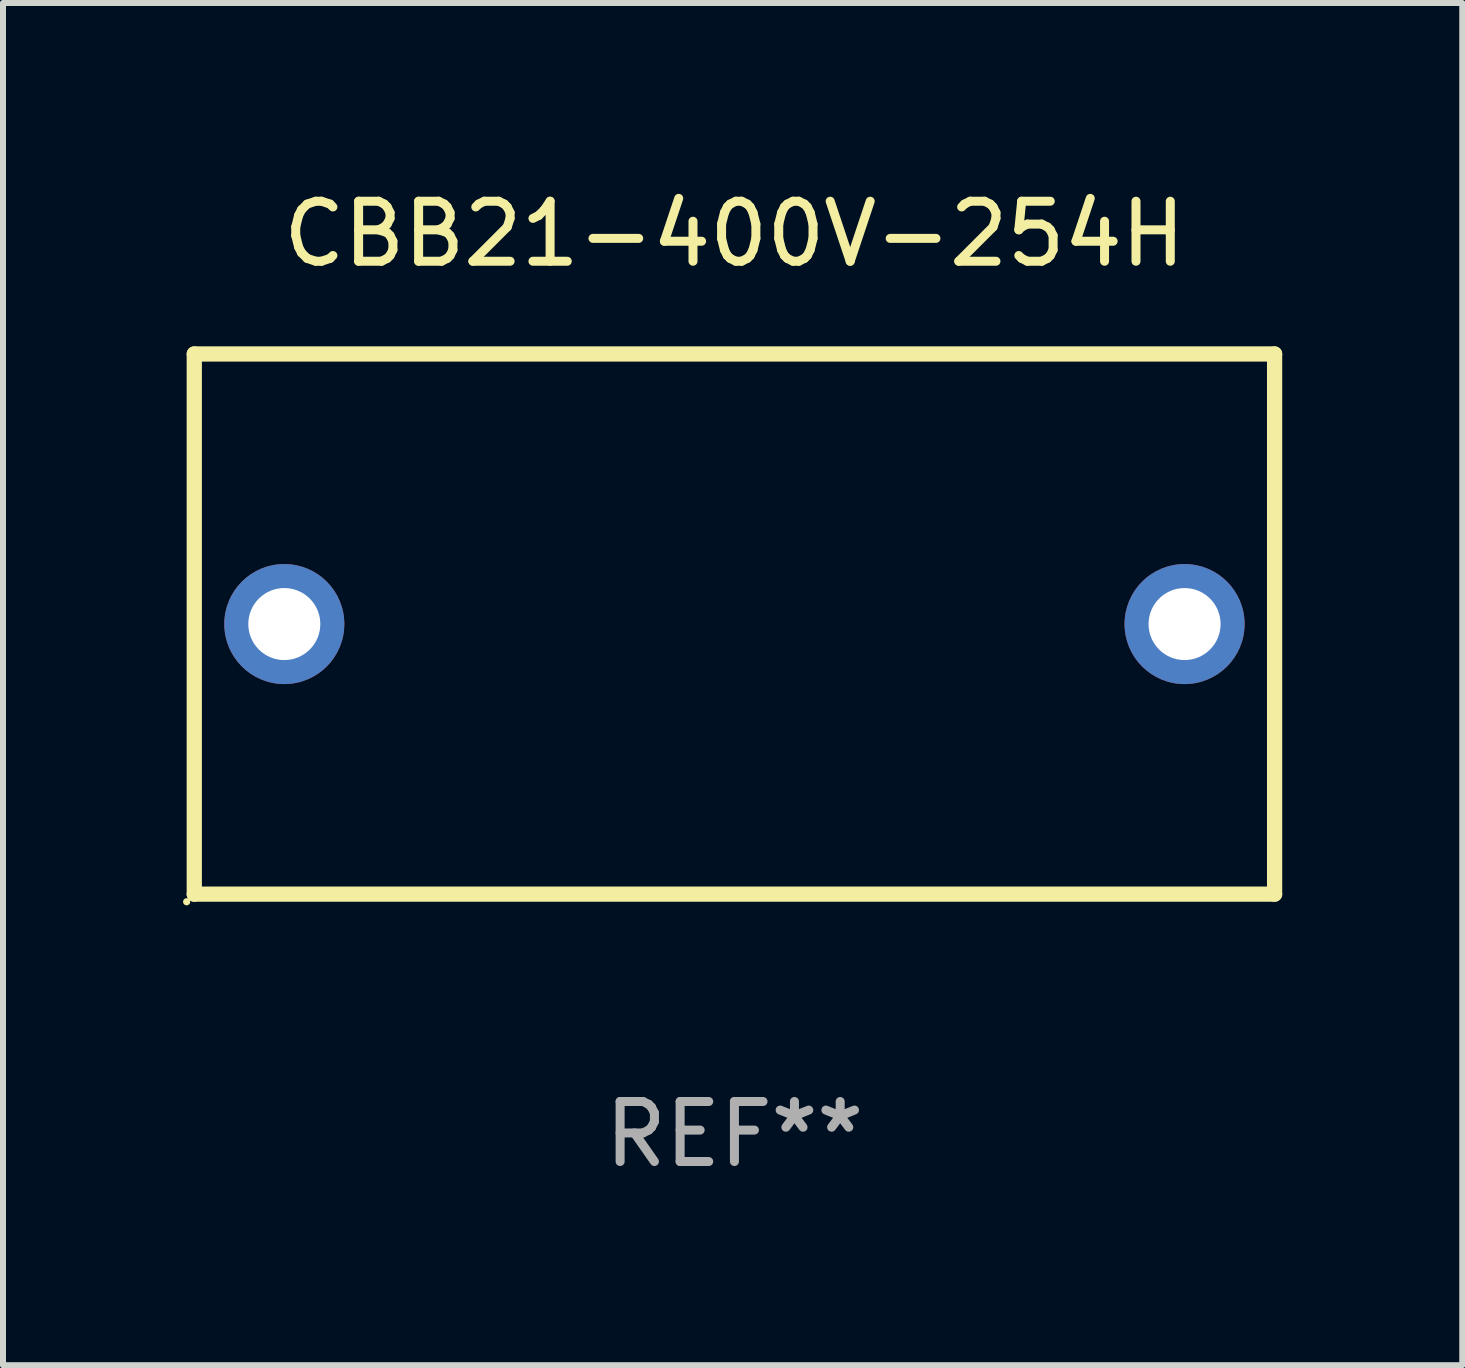
<source format=kicad_pcb>
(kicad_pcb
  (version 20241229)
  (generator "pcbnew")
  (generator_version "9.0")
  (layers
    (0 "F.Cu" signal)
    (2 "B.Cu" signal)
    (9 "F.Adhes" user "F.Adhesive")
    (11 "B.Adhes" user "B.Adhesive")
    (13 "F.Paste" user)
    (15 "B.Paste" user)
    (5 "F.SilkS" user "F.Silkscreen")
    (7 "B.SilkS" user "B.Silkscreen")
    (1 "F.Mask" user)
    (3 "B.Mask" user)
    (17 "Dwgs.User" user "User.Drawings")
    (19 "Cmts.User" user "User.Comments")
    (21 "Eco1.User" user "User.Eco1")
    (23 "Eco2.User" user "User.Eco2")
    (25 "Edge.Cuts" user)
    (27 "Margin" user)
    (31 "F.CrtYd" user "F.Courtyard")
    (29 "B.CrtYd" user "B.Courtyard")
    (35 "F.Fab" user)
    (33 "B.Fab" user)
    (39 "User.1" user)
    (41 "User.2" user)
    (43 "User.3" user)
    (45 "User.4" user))
  (footprint "CBB21-400V-254H"
    (layer "F.Cu")
    (at 9.187 7.348)
    (property "Reference" "CBB21-400V-254H" (at 0 -6.5 0) (layer "F.SilkS") (effects (font (size 1 1) (thickness 0.15))))
    (attr through_hole)
    (fp_line (start -9 -4.5) (end 9 -4.5) (stroke (width 0.254) (type solid)) (layer "F.SilkS"))
    (fp_line (start -9 4.5) (end -9 -4.5) (stroke (width 0.254) (type solid)) (layer "F.SilkS"))
    (fp_line (start 9 -4.5) (end 9 4.5) (stroke (width 0.254) (type solid)) (layer "F.SilkS"))
    (fp_line (start 9 4.5) (end -9 4.5) (stroke (width 0.254) (type solid)) (layer "F.SilkS"))
    (fp_circle (center -9.127 4.627) (end -9.097 4.627) (stroke (width 0.06) (type solid)) (fill no) (layer "F.SilkS"))
    (fp_text user "REF**" (at 0 8.5 0) (layer "F.Fab") (effects (font (size 1 1) (thickness 0.15))))
    (pad "1" thru_hole circle (at -7.5 -0.000127) (size 2 2) (drill 1.2) (layers "*.Cu" "*.Mask"))
    (pad "2" thru_hole circle (at 7.5 -0.000127) (size 2 2) (drill 1.2) (layers "*.Cu" "*.Mask")))
  (gr_rect
    (start -3 -3)
    (end 21.314 19.697)
    (stroke (width 0.1) (type default))
    (fill no)
    (layer "Edge.Cuts")))
</source>
